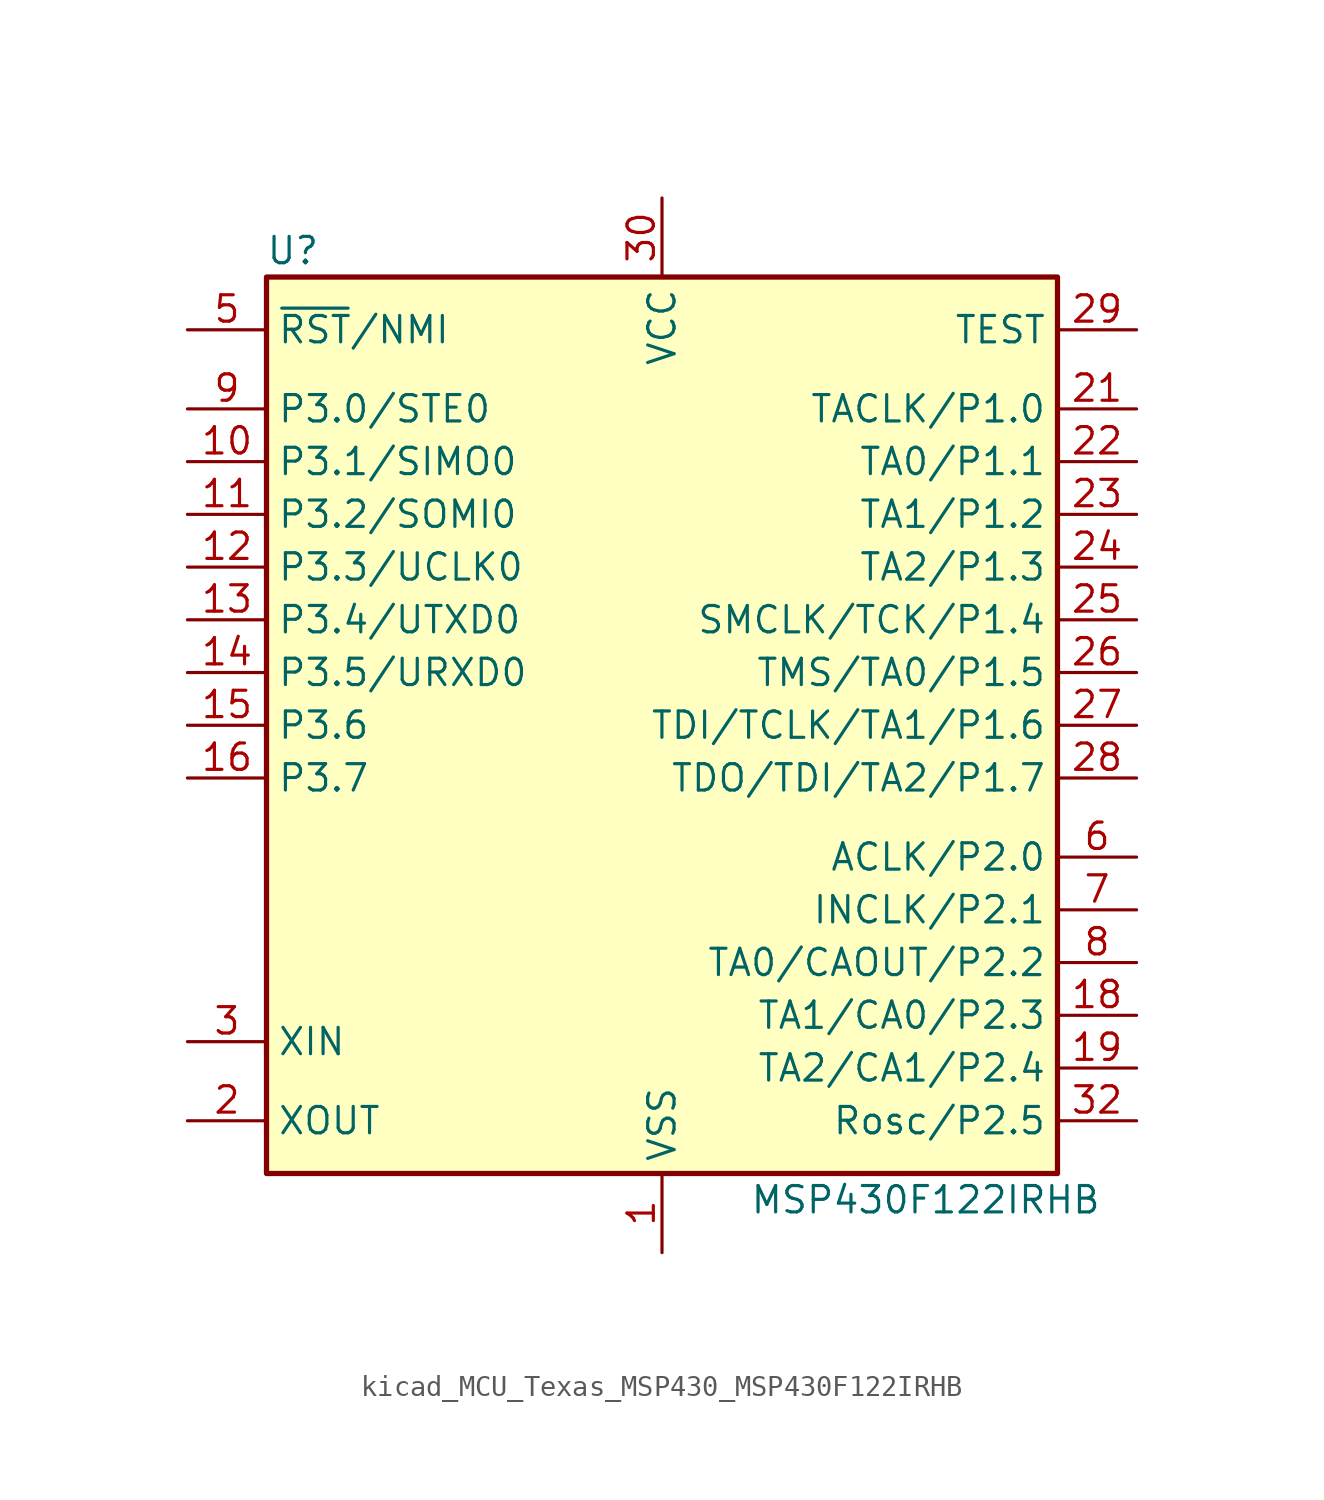
<source format=kicad_sym>
(kicad_symbol_lib
  (version 20220914)
  (generator kicad_symbol_editor)
  (symbol "kicad_MCU_Texas_MSP430_MSP430F122IRHB"
    (property "Reference" "U"
      (at -17.78 22.86 0)
      (effects (font (size 1.27 1.27))))
    (property "Value" "MSP430F122IRHB"
      (at 12.7 -22.86 0)
      (effects (font (size 1.27 1.27))))
    (symbol "kicad_MCU_Texas_MSP430_MSP430F122IRHB_0_1"
      (rectangle (start -19.05 21.59) (end 19.05 -21.59) (stroke (width 0.254) (type default)) (fill (type background))))
    (symbol "kicad_MCU_Texas_MSP430_MSP430F122IRHB_1_1"
      (pin power_in line (at 0 -25.4 90) (length 3.81) (name "VSS" (effects (font (size 1.27 1.27)))) (number "1" (effects (font (size 1.27 1.27)))))
      (pin bidirectional line (at -22.86 12.7 0) (length 3.81) (name "P3.1/SIMO0" (effects (font (size 1.27 1.27)))) (number "10" (effects (font (size 1.27 1.27)))))
      (pin bidirectional line (at -22.86 10.16 0) (length 3.81) (name "P3.2/SOMI0" (effects (font (size 1.27 1.27)))) (number "11" (effects (font (size 1.27 1.27)))))
      (pin bidirectional line (at -22.86 7.62 0) (length 3.81) (name "P3.3/UCLK0" (effects (font (size 1.27 1.27)))) (number "12" (effects (font (size 1.27 1.27)))))
      (pin bidirectional line (at -22.86 5.08 0) (length 3.81) (name "P3.4/UTXD0" (effects (font (size 1.27 1.27)))) (number "13" (effects (font (size 1.27 1.27)))))
      (pin bidirectional line (at -22.86 2.54 0) (length 3.81) (name "P3.5/URXD0" (effects (font (size 1.27 1.27)))) (number "14" (effects (font (size 1.27 1.27)))))
      (pin bidirectional line (at -22.86 0 0) (length 3.81) (name "P3.6" (effects (font (size 1.27 1.27)))) (number "15" (effects (font (size 1.27 1.27)))))
      (pin bidirectional line (at -22.86 -2.54 0) (length 3.81) (name "P3.7" (effects (font (size 1.27 1.27)))) (number "16" (effects (font (size 1.27 1.27)))))
      (pin bidirectional line (at 22.86 -13.97 180) (length 3.81) (name "TA1/CA0/P2.3" (effects (font (size 1.27 1.27)))) (number "18" (effects (font (size 1.27 1.27)))))
      (pin bidirectional line (at 22.86 -16.51 180) (length 3.81) (name "TA2/CA1/P2.4" (effects (font (size 1.27 1.27)))) (number "19" (effects (font (size 1.27 1.27)))))
      (pin output line (at -22.86 -19.05 0) (length 3.81) (name "XOUT" (effects (font (size 1.27 1.27)))) (number "2" (effects (font (size 1.27 1.27)))))
      (pin bidirectional line (at 22.86 15.24 180) (length 3.81) (name "TACLK/P1.0" (effects (font (size 1.27 1.27)))) (number "21" (effects (font (size 1.27 1.27)))))
      (pin bidirectional line (at 22.86 12.7 180) (length 3.81) (name "TA0/P1.1" (effects (font (size 1.27 1.27)))) (number "22" (effects (font (size 1.27 1.27)))))
      (pin bidirectional line (at 22.86 10.16 180) (length 3.81) (name "TA1/P1.2" (effects (font (size 1.27 1.27)))) (number "23" (effects (font (size 1.27 1.27)))))
      (pin bidirectional line (at 22.86 7.62 180) (length 3.81) (name "TA2/P1.3" (effects (font (size 1.27 1.27)))) (number "24" (effects (font (size 1.27 1.27)))))
      (pin bidirectional line (at 22.86 5.08 180) (length 3.81) (name "SMCLK/TCK/P1.4" (effects (font (size 1.27 1.27)))) (number "25" (effects (font (size 1.27 1.27)))))
      (pin bidirectional line (at 22.86 2.54 180) (length 3.81) (name "TMS/TA0/P1.5" (effects (font (size 1.27 1.27)))) (number "26" (effects (font (size 1.27 1.27)))))
      (pin bidirectional line (at 22.86 0 180) (length 3.81) (name "TDI/TCLK/TA1/P1.6" (effects (font (size 1.27 1.27)))) (number "27" (effects (font (size 1.27 1.27)))))
      (pin bidirectional line (at 22.86 -2.54 180) (length 3.81) (name "TDO/TDI/TA2/P1.7" (effects (font (size 1.27 1.27)))) (number "28" (effects (font (size 1.27 1.27)))))
      (pin input line (at 22.86 19.05 180) (length 3.81) (name "TEST" (effects (font (size 1.27 1.27)))) (number "29" (effects (font (size 1.27 1.27)))))
      (pin input line (at -22.86 -15.24 0) (length 3.81) (name "XIN" (effects (font (size 1.27 1.27)))) (number "3" (effects (font (size 1.27 1.27)))))
      (pin power_in line (at 0 25.4 270) (length 3.81) (name "VCC" (effects (font (size 1.27 1.27)))) (number "30" (effects (font (size 1.27 1.27)))))
      (pin bidirectional line (at 22.86 -19.05 180) (length 3.81) (name "Rosc/P2.5" (effects (font (size 1.27 1.27)))) (number "32" (effects (font (size 1.27 1.27)))))
      (pin input line (at -22.86 19.05 0) (length 3.81) (name "~{RST}/NMI" (effects (font (size 1.27 1.27)))) (number "5" (effects (font (size 1.27 1.27)))))
      (pin bidirectional line (at 22.86 -6.35 180) (length 3.81) (name "ACLK/P2.0" (effects (font (size 1.27 1.27)))) (number "6" (effects (font (size 1.27 1.27)))))
      (pin bidirectional line (at 22.86 -8.89 180) (length 3.81) (name "INCLK/P2.1" (effects (font (size 1.27 1.27)))) (number "7" (effects (font (size 1.27 1.27)))))
      (pin bidirectional line (at 22.86 -11.43 180) (length 3.81) (name "TA0/CAOUT/P2.2" (effects (font (size 1.27 1.27)))) (number "8" (effects (font (size 1.27 1.27)))))
      (pin bidirectional line (at -22.86 15.24 0) (length 3.81) (name "P3.0/STE0" (effects (font (size 1.27 1.27)))) (number "9" (effects (font (size 1.27 1.27))))))))
</source>
